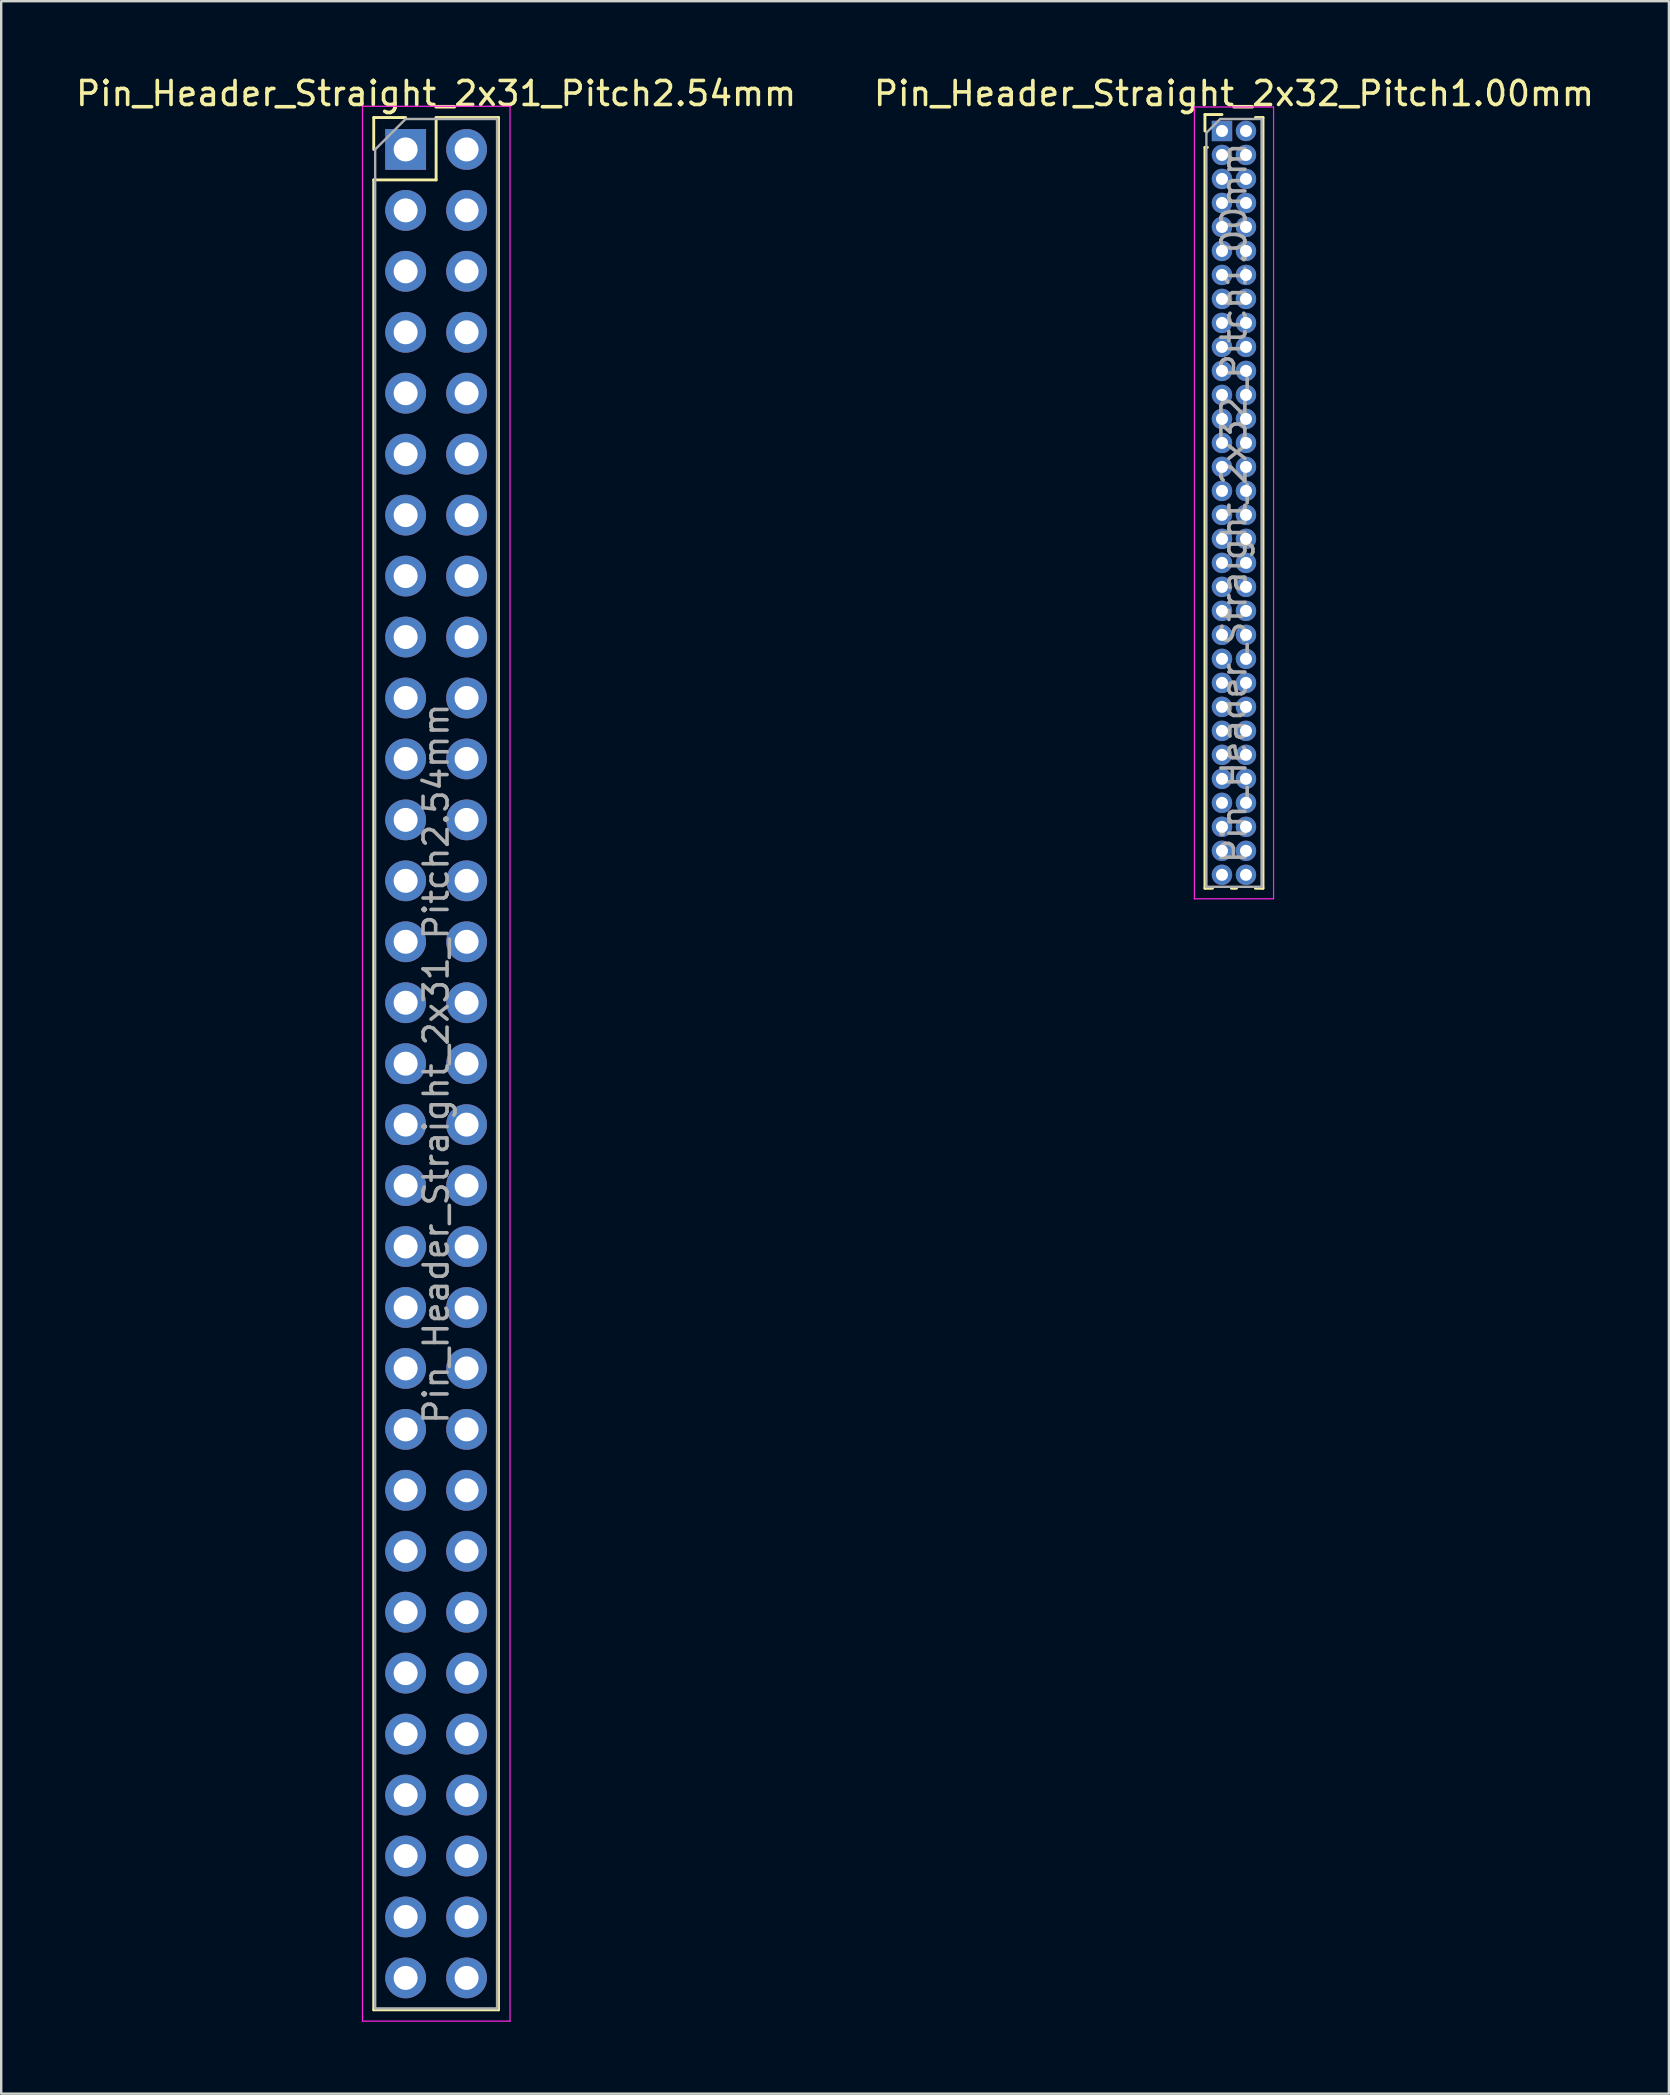
<source format=kicad_pcb>
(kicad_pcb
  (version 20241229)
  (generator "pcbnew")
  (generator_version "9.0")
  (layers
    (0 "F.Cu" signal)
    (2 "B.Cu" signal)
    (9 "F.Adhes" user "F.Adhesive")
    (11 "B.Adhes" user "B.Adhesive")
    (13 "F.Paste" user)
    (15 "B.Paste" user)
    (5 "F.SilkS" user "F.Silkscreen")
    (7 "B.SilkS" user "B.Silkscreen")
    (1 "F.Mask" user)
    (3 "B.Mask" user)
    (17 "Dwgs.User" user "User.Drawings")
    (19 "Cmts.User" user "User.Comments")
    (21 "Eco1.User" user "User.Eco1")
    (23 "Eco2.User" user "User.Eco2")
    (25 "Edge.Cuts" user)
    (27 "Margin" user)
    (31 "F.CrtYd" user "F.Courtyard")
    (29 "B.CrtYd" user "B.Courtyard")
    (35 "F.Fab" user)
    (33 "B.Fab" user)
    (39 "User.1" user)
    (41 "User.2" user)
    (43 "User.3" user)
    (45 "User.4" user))
  (footprint "Pin_Header_Straight_2x31_Pitch2.54mm"
    (layer "F.Cu")
    (at 13.855 3.178)
    (property "Reference" "Pin_Header_Straight_2x31_Pitch2.54mm" (at 1.27 -2.33 0) (layer "F.SilkS") (effects (font (size 1 1) (thickness 0.15))))
    (attr through_hole)
    (fp_line (start -1.33 -1.33) (end 0 -1.33) (stroke (width 0.12) (type solid)) (layer "F.SilkS"))
    (fp_line (start -1.33 0) (end -1.33 -1.33) (stroke (width 0.12) (type solid)) (layer "F.SilkS"))
    (fp_line (start -1.33 1.27) (end -1.33 77.53) (stroke (width 0.12) (type solid)) (layer "F.SilkS"))
    (fp_line (start -1.33 1.27) (end 1.27 1.27) (stroke (width 0.12) (type solid)) (layer "F.SilkS"))
    (fp_line (start -1.33 77.53) (end 3.87 77.53) (stroke (width 0.12) (type solid)) (layer "F.SilkS"))
    (fp_line (start 1.27 -1.33) (end 3.87 -1.33) (stroke (width 0.12) (type solid)) (layer "F.SilkS"))
    (fp_line (start 1.27 1.27) (end 1.27 -1.33) (stroke (width 0.12) (type solid)) (layer "F.SilkS"))
    (fp_line (start 3.87 -1.33) (end 3.87 77.53) (stroke (width 0.12) (type solid)) (layer "F.SilkS"))
    (fp_line (start -1.8 -1.8) (end -1.8 78) (stroke (width 0.05) (type solid)) (layer "F.CrtYd"))
    (fp_line (start -1.8 78) (end 4.35 78) (stroke (width 0.05) (type solid)) (layer "F.CrtYd"))
    (fp_line (start 4.35 -1.8) (end -1.8 -1.8) (stroke (width 0.05) (type solid)) (layer "F.CrtYd"))
    (fp_line (start 4.35 78) (end 4.35 -1.8) (stroke (width 0.05) (type solid)) (layer "F.CrtYd"))
    (fp_line (start -1.27 0) (end 0 -1.27) (stroke (width 0.1) (type solid)) (layer "F.Fab"))
    (fp_line (start -1.27 77.47) (end -1.27 0) (stroke (width 0.1) (type solid)) (layer "F.Fab"))
    (fp_line (start 0 -1.27) (end 3.81 -1.27) (stroke (width 0.1) (type solid)) (layer "F.Fab"))
    (fp_line (start 3.81 -1.27) (end 3.81 77.47) (stroke (width 0.1) (type solid)) (layer "F.Fab"))
    (fp_line (start 3.81 77.47) (end -1.27 77.47) (stroke (width 0.1) (type solid)) (layer "F.Fab"))
    (fp_text user "${REFERENCE}" (at 1.27 38.1 90) (layer "F.Fab") (effects (font (size 1 1) (thickness 0.15))))
    (pad "1" thru_hole rect (at 0 0) (size 1.7 1.7) (drill 1) (layers "*.Cu" "*.Mask"))
    (pad "2" thru_hole oval (at 2.54 0) (size 1.7 1.7) (drill 1) (layers "*.Cu" "*.Mask"))
    (pad "3" thru_hole oval (at 0 2.54) (size 1.7 1.7) (drill 1) (layers "*.Cu" "*.Mask"))
    (pad "4" thru_hole oval (at 2.54 2.54) (size 1.7 1.7) (drill 1) (layers "*.Cu" "*.Mask"))
    (pad "5" thru_hole oval (at 0 5.08) (size 1.7 1.7) (drill 1) (layers "*.Cu" "*.Mask"))
    (pad "6" thru_hole oval (at 2.54 5.08) (size 1.7 1.7) (drill 1) (layers "*.Cu" "*.Mask"))
    (pad "7" thru_hole oval (at 0 7.62) (size 1.7 1.7) (drill 1) (layers "*.Cu" "*.Mask"))
    (pad "8" thru_hole oval (at 2.54 7.62) (size 1.7 1.7) (drill 1) (layers "*.Cu" "*.Mask"))
    (pad "9" thru_hole oval (at 0 10.16) (size 1.7 1.7) (drill 1) (layers "*.Cu" "*.Mask"))
    (pad "10" thru_hole oval (at 2.54 10.16) (size 1.7 1.7) (drill 1) (layers "*.Cu" "*.Mask"))
    (pad "11" thru_hole oval (at 0 12.7) (size 1.7 1.7) (drill 1) (layers "*.Cu" "*.Mask"))
    (pad "12" thru_hole oval (at 2.54 12.7) (size 1.7 1.7) (drill 1) (layers "*.Cu" "*.Mask"))
    (pad "13" thru_hole oval (at 0 15.24) (size 1.7 1.7) (drill 1) (layers "*.Cu" "*.Mask"))
    (pad "14" thru_hole oval (at 2.54 15.24) (size 1.7 1.7) (drill 1) (layers "*.Cu" "*.Mask"))
    (pad "15" thru_hole oval (at 0 17.78) (size 1.7 1.7) (drill 1) (layers "*.Cu" "*.Mask"))
    (pad "16" thru_hole oval (at 2.54 17.78) (size 1.7 1.7) (drill 1) (layers "*.Cu" "*.Mask"))
    (pad "17" thru_hole oval (at 0 20.32) (size 1.7 1.7) (drill 1) (layers "*.Cu" "*.Mask"))
    (pad "18" thru_hole oval (at 2.54 20.32) (size 1.7 1.7) (drill 1) (layers "*.Cu" "*.Mask"))
    (pad "19" thru_hole oval (at 0 22.86) (size 1.7 1.7) (drill 1) (layers "*.Cu" "*.Mask"))
    (pad "20" thru_hole oval (at 2.54 22.86) (size 1.7 1.7) (drill 1) (layers "*.Cu" "*.Mask"))
    (pad "21" thru_hole oval (at 0 25.4) (size 1.7 1.7) (drill 1) (layers "*.Cu" "*.Mask"))
    (pad "22" thru_hole oval (at 2.54 25.4) (size 1.7 1.7) (drill 1) (layers "*.Cu" "*.Mask"))
    (pad "23" thru_hole oval (at 0 27.94) (size 1.7 1.7) (drill 1) (layers "*.Cu" "*.Mask"))
    (pad "24" thru_hole oval (at 2.54 27.94) (size 1.7 1.7) (drill 1) (layers "*.Cu" "*.Mask"))
    (pad "25" thru_hole oval (at 0 30.48) (size 1.7 1.7) (drill 1) (layers "*.Cu" "*.Mask"))
    (pad "26" thru_hole oval (at 2.54 30.48) (size 1.7 1.7) (drill 1) (layers "*.Cu" "*.Mask"))
    (pad "27" thru_hole oval (at 0 33.02) (size 1.7 1.7) (drill 1) (layers "*.Cu" "*.Mask"))
    (pad "28" thru_hole oval (at 2.54 33.02) (size 1.7 1.7) (drill 1) (layers "*.Cu" "*.Mask"))
    (pad "29" thru_hole oval (at 0 35.56) (size 1.7 1.7) (drill 1) (layers "*.Cu" "*.Mask"))
    (pad "30" thru_hole oval (at 2.54 35.56) (size 1.7 1.7) (drill 1) (layers "*.Cu" "*.Mask"))
    (pad "31" thru_hole oval (at 0 38.1) (size 1.7 1.7) (drill 1) (layers "*.Cu" "*.Mask"))
    (pad "32" thru_hole oval (at 2.54 38.1) (size 1.7 1.7) (drill 1) (layers "*.Cu" "*.Mask"))
    (pad "33" thru_hole oval (at 0 40.64) (size 1.7 1.7) (drill 1) (layers "*.Cu" "*.Mask"))
    (pad "34" thru_hole oval (at 2.54 40.64) (size 1.7 1.7) (drill 1) (layers "*.Cu" "*.Mask"))
    (pad "35" thru_hole oval (at 0 43.18) (size 1.7 1.7) (drill 1) (layers "*.Cu" "*.Mask"))
    (pad "36" thru_hole oval (at 2.54 43.18) (size 1.7 1.7) (drill 1) (layers "*.Cu" "*.Mask"))
    (pad "37" thru_hole oval (at 0 45.72) (size 1.7 1.7) (drill 1) (layers "*.Cu" "*.Mask"))
    (pad "38" thru_hole oval (at 2.54 45.72) (size 1.7 1.7) (drill 1) (layers "*.Cu" "*.Mask"))
    (pad "39" thru_hole oval (at 0 48.26) (size 1.7 1.7) (drill 1) (layers "*.Cu" "*.Mask"))
    (pad "40" thru_hole oval (at 2.54 48.26) (size 1.7 1.7) (drill 1) (layers "*.Cu" "*.Mask"))
    (pad "41" thru_hole oval (at 0 50.8) (size 1.7 1.7) (drill 1) (layers "*.Cu" "*.Mask"))
    (pad "42" thru_hole oval (at 2.54 50.8) (size 1.7 1.7) (drill 1) (layers "*.Cu" "*.Mask"))
    (pad "43" thru_hole oval (at 0 53.34) (size 1.7 1.7) (drill 1) (layers "*.Cu" "*.Mask"))
    (pad "44" thru_hole oval (at 2.54 53.34) (size 1.7 1.7) (drill 1) (layers "*.Cu" "*.Mask"))
    (pad "45" thru_hole oval (at 0 55.88) (size 1.7 1.7) (drill 1) (layers "*.Cu" "*.Mask"))
    (pad "46" thru_hole oval (at 2.54 55.88) (size 1.7 1.7) (drill 1) (layers "*.Cu" "*.Mask"))
    (pad "47" thru_hole oval (at 0 58.42) (size 1.7 1.7) (drill 1) (layers "*.Cu" "*.Mask"))
    (pad "48" thru_hole oval (at 2.54 58.42) (size 1.7 1.7) (drill 1) (layers "*.Cu" "*.Mask"))
    (pad "49" thru_hole oval (at 0 60.96) (size 1.7 1.7) (drill 1) (layers "*.Cu" "*.Mask"))
    (pad "50" thru_hole oval (at 2.54 60.96) (size 1.7 1.7) (drill 1) (layers "*.Cu" "*.Mask"))
    (pad "51" thru_hole oval (at 0 63.5) (size 1.7 1.7) (drill 1) (layers "*.Cu" "*.Mask"))
    (pad "52" thru_hole oval (at 2.54 63.5) (size 1.7 1.7) (drill 1) (layers "*.Cu" "*.Mask"))
    (pad "53" thru_hole oval (at 0 66.04) (size 1.7 1.7) (drill 1) (layers "*.Cu" "*.Mask"))
    (pad "54" thru_hole oval (at 2.54 66.04) (size 1.7 1.7) (drill 1) (layers "*.Cu" "*.Mask"))
    (pad "55" thru_hole oval (at 0 68.58) (size 1.7 1.7) (drill 1) (layers "*.Cu" "*.Mask"))
    (pad "56" thru_hole oval (at 2.54 68.58) (size 1.7 1.7) (drill 1) (layers "*.Cu" "*.Mask"))
    (pad "57" thru_hole oval (at 0 71.12) (size 1.7 1.7) (drill 1) (layers "*.Cu" "*.Mask"))
    (pad "58" thru_hole oval (at 2.54 71.12) (size 1.7 1.7) (drill 1) (layers "*.Cu" "*.Mask"))
    (pad "59" thru_hole oval (at 0 73.66) (size 1.7 1.7) (drill 1) (layers "*.Cu" "*.Mask"))
    (pad "60" thru_hole oval (at 2.54 73.66) (size 1.7 1.7) (drill 1) (layers "*.Cu" "*.Mask"))
    (pad "61" thru_hole oval (at 0 76.2) (size 1.7 1.7) (drill 1) (layers "*.Cu" "*.Mask"))
    (pad "62" thru_hole oval (at 2.54 76.2) (size 1.7 1.7) (drill 1) (layers "*.Cu" "*.Mask")))
  (footprint "Pin_Header_Straight_2x32_Pitch1.00mm"
    (layer "F.Cu")
    (at 47.875 2.408)
    (property "Reference" "Pin_Header_Straight_2x32_Pitch1.00mm" (at 0.5 -1.56 0) (layer "F.SilkS") (effects (font (size 1 1) (thickness 0.15))))
    (attr through_hole)
    (fp_line (start -0.71 -0.685) (end 0 -0.685) (stroke (width 0.12) (type solid)) (layer "F.SilkS"))
    (fp_line (start -0.71 0) (end -0.71 -0.685) (stroke (width 0.12) (type solid)) (layer "F.SilkS"))
    (fp_line (start -0.71 0.685) (end -0.71 31.56) (stroke (width 0.12) (type solid)) (layer "F.SilkS"))
    (fp_line (start -0.71 0.685) (end -0.608 0.685) (stroke (width 0.12) (type solid)) (layer "F.SilkS"))
    (fp_line (start -0.71 31.56) (end -0.394 31.56) (stroke (width 0.12) (type solid)) (layer "F.SilkS"))
    (fp_line (start 0.394 31.56) (end 0.606 31.56) (stroke (width 0.12) (type solid)) (layer "F.SilkS"))
    (fp_line (start 1.394 -0.56) (end 1.71 -0.56) (stroke (width 0.12) (type solid)) (layer "F.SilkS"))
    (fp_line (start 1.394 31.56) (end 1.71 31.56) (stroke (width 0.12) (type solid)) (layer "F.SilkS"))
    (fp_line (start 1.71 -0.56) (end 1.71 31.56) (stroke (width 0.12) (type solid)) (layer "F.SilkS"))
    (fp_line (start -1.15 -1) (end -1.15 32) (stroke (width 0.05) (type solid)) (layer "F.CrtYd"))
    (fp_line (start -1.15 32) (end 2.15 32) (stroke (width 0.05) (type solid)) (layer "F.CrtYd"))
    (fp_line (start 2.15 -1) (end -1.15 -1) (stroke (width 0.05) (type solid)) (layer "F.CrtYd"))
    (fp_line (start 2.15 32) (end 2.15 -1) (stroke (width 0.05) (type solid)) (layer "F.CrtYd"))
    (fp_line (start -0.65 0.075) (end -0.075 -0.5) (stroke (width 0.1) (type solid)) (layer "F.Fab"))
    (fp_line (start -0.65 31.5) (end -0.65 0.075) (stroke (width 0.1) (type solid)) (layer "F.Fab"))
    (fp_line (start -0.075 -0.5) (end 1.65 -0.5) (stroke (width 0.1) (type solid)) (layer "F.Fab"))
    (fp_line (start 1.65 -0.5) (end 1.65 31.5) (stroke (width 0.1) (type solid)) (layer "F.Fab"))
    (fp_line (start 1.65 31.5) (end -0.65 31.5) (stroke (width 0.1) (type solid)) (layer "F.Fab"))
    (fp_text user "${REFERENCE}" (at 0.5 15.5 90) (layer "F.Fab") (effects (font (size 1 1) (thickness 0.15))))
    (pad "1" thru_hole rect (at 0 0) (size 0.85 0.85) (drill 0.5) (layers "*.Cu" "*.Mask"))
    (pad "2" thru_hole oval (at 1 0) (size 0.85 0.85) (drill 0.5) (layers "*.Cu" "*.Mask"))
    (pad "3" thru_hole oval (at 0 1) (size 0.85 0.85) (drill 0.5) (layers "*.Cu" "*.Mask"))
    (pad "4" thru_hole oval (at 1 1) (size 0.85 0.85) (drill 0.5) (layers "*.Cu" "*.Mask"))
    (pad "5" thru_hole oval (at 0 2) (size 0.85 0.85) (drill 0.5) (layers "*.Cu" "*.Mask"))
    (pad "6" thru_hole oval (at 1 2) (size 0.85 0.85) (drill 0.5) (layers "*.Cu" "*.Mask"))
    (pad "7" thru_hole oval (at 0 3) (size 0.85 0.85) (drill 0.5) (layers "*.Cu" "*.Mask"))
    (pad "8" thru_hole oval (at 1 3) (size 0.85 0.85) (drill 0.5) (layers "*.Cu" "*.Mask"))
    (pad "9" thru_hole oval (at 0 4) (size 0.85 0.85) (drill 0.5) (layers "*.Cu" "*.Mask"))
    (pad "10" thru_hole oval (at 1 4) (size 0.85 0.85) (drill 0.5) (layers "*.Cu" "*.Mask"))
    (pad "11" thru_hole oval (at 0 5) (size 0.85 0.85) (drill 0.5) (layers "*.Cu" "*.Mask"))
    (pad "12" thru_hole oval (at 1 5) (size 0.85 0.85) (drill 0.5) (layers "*.Cu" "*.Mask"))
    (pad "13" thru_hole oval (at 0 6) (size 0.85 0.85) (drill 0.5) (layers "*.Cu" "*.Mask"))
    (pad "14" thru_hole oval (at 1 6) (size 0.85 0.85) (drill 0.5) (layers "*.Cu" "*.Mask"))
    (pad "15" thru_hole oval (at 0 7) (size 0.85 0.85) (drill 0.5) (layers "*.Cu" "*.Mask"))
    (pad "16" thru_hole oval (at 1 7) (size 0.85 0.85) (drill 0.5) (layers "*.Cu" "*.Mask"))
    (pad "17" thru_hole oval (at 0 8) (size 0.85 0.85) (drill 0.5) (layers "*.Cu" "*.Mask"))
    (pad "18" thru_hole oval (at 1 8) (size 0.85 0.85) (drill 0.5) (layers "*.Cu" "*.Mask"))
    (pad "19" thru_hole oval (at 0 9) (size 0.85 0.85) (drill 0.5) (layers "*.Cu" "*.Mask"))
    (pad "20" thru_hole oval (at 1 9) (size 0.85 0.85) (drill 0.5) (layers "*.Cu" "*.Mask"))
    (pad "21" thru_hole oval (at 0 10) (size 0.85 0.85) (drill 0.5) (layers "*.Cu" "*.Mask"))
    (pad "22" thru_hole oval (at 1 10) (size 0.85 0.85) (drill 0.5) (layers "*.Cu" "*.Mask"))
    (pad "23" thru_hole oval (at 0 11) (size 0.85 0.85) (drill 0.5) (layers "*.Cu" "*.Mask"))
    (pad "24" thru_hole oval (at 1 11) (size 0.85 0.85) (drill 0.5) (layers "*.Cu" "*.Mask"))
    (pad "25" thru_hole oval (at 0 12) (size 0.85 0.85) (drill 0.5) (layers "*.Cu" "*.Mask"))
    (pad "26" thru_hole oval (at 1 12) (size 0.85 0.85) (drill 0.5) (layers "*.Cu" "*.Mask"))
    (pad "27" thru_hole oval (at 0 13) (size 0.85 0.85) (drill 0.5) (layers "*.Cu" "*.Mask"))
    (pad "28" thru_hole oval (at 1 13) (size 0.85 0.85) (drill 0.5) (layers "*.Cu" "*.Mask"))
    (pad "29" thru_hole oval (at 0 14) (size 0.85 0.85) (drill 0.5) (layers "*.Cu" "*.Mask"))
    (pad "30" thru_hole oval (at 1 14) (size 0.85 0.85) (drill 0.5) (layers "*.Cu" "*.Mask"))
    (pad "31" thru_hole oval (at 0 15) (size 0.85 0.85) (drill 0.5) (layers "*.Cu" "*.Mask"))
    (pad "32" thru_hole oval (at 1 15) (size 0.85 0.85) (drill 0.5) (layers "*.Cu" "*.Mask"))
    (pad "33" thru_hole oval (at 0 16) (size 0.85 0.85) (drill 0.5) (layers "*.Cu" "*.Mask"))
    (pad "34" thru_hole oval (at 1 16) (size 0.85 0.85) (drill 0.5) (layers "*.Cu" "*.Mask"))
    (pad "35" thru_hole oval (at 0 17) (size 0.85 0.85) (drill 0.5) (layers "*.Cu" "*.Mask"))
    (pad "36" thru_hole oval (at 1 17) (size 0.85 0.85) (drill 0.5) (layers "*.Cu" "*.Mask"))
    (pad "37" thru_hole oval (at 0 18) (size 0.85 0.85) (drill 0.5) (layers "*.Cu" "*.Mask"))
    (pad "38" thru_hole oval (at 1 18) (size 0.85 0.85) (drill 0.5) (layers "*.Cu" "*.Mask"))
    (pad "39" thru_hole oval (at 0 19) (size 0.85 0.85) (drill 0.5) (layers "*.Cu" "*.Mask"))
    (pad "40" thru_hole oval (at 1 19) (size 0.85 0.85) (drill 0.5) (layers "*.Cu" "*.Mask"))
    (pad "41" thru_hole oval (at 0 20) (size 0.85 0.85) (drill 0.5) (layers "*.Cu" "*.Mask"))
    (pad "42" thru_hole oval (at 1 20) (size 0.85 0.85) (drill 0.5) (layers "*.Cu" "*.Mask"))
    (pad "43" thru_hole oval (at 0 21) (size 0.85 0.85) (drill 0.5) (layers "*.Cu" "*.Mask"))
    (pad "44" thru_hole oval (at 1 21) (size 0.85 0.85) (drill 0.5) (layers "*.Cu" "*.Mask"))
    (pad "45" thru_hole oval (at 0 22) (size 0.85 0.85) (drill 0.5) (layers "*.Cu" "*.Mask"))
    (pad "46" thru_hole oval (at 1 22) (size 0.85 0.85) (drill 0.5) (layers "*.Cu" "*.Mask"))
    (pad "47" thru_hole oval (at 0 23) (size 0.85 0.85) (drill 0.5) (layers "*.Cu" "*.Mask"))
    (pad "48" thru_hole oval (at 1 23) (size 0.85 0.85) (drill 0.5) (layers "*.Cu" "*.Mask"))
    (pad "49" thru_hole oval (at 0 24) (size 0.85 0.85) (drill 0.5) (layers "*.Cu" "*.Mask"))
    (pad "50" thru_hole oval (at 1 24) (size 0.85 0.85) (drill 0.5) (layers "*.Cu" "*.Mask"))
    (pad "51" thru_hole oval (at 0 25) (size 0.85 0.85) (drill 0.5) (layers "*.Cu" "*.Mask"))
    (pad "52" thru_hole oval (at 1 25) (size 0.85 0.85) (drill 0.5) (layers "*.Cu" "*.Mask"))
    (pad "53" thru_hole oval (at 0 26) (size 0.85 0.85) (drill 0.5) (layers "*.Cu" "*.Mask"))
    (pad "54" thru_hole oval (at 1 26) (size 0.85 0.85) (drill 0.5) (layers "*.Cu" "*.Mask"))
    (pad "55" thru_hole oval (at 0 27) (size 0.85 0.85) (drill 0.5) (layers "*.Cu" "*.Mask"))
    (pad "56" thru_hole oval (at 1 27) (size 0.85 0.85) (drill 0.5) (layers "*.Cu" "*.Mask"))
    (pad "57" thru_hole oval (at 0 28) (size 0.85 0.85) (drill 0.5) (layers "*.Cu" "*.Mask"))
    (pad "58" thru_hole oval (at 1 28) (size 0.85 0.85) (drill 0.5) (layers "*.Cu" "*.Mask"))
    (pad "59" thru_hole oval (at 0 29) (size 0.85 0.85) (drill 0.5) (layers "*.Cu" "*.Mask"))
    (pad "60" thru_hole oval (at 1 29) (size 0.85 0.85) (drill 0.5) (layers "*.Cu" "*.Mask"))
    (pad "61" thru_hole oval (at 0 30) (size 0.85 0.85) (drill 0.5) (layers "*.Cu" "*.Mask"))
    (pad "62" thru_hole oval (at 1 30) (size 0.85 0.85) (drill 0.5) (layers "*.Cu" "*.Mask"))
    (pad "63" thru_hole oval (at 0 31) (size 0.85 0.85) (drill 0.5) (layers "*.Cu" "*.Mask"))
    (pad "64" thru_hole oval (at 1 31) (size 0.85 0.85) (drill 0.5) (layers "*.Cu" "*.Mask")))
  (gr_rect
    (start -3 -3)
    (end 66.5 84.203)
    (stroke (width 0.1) (type default))
    (fill no)
    (layer "Edge.Cuts")))
</source>
